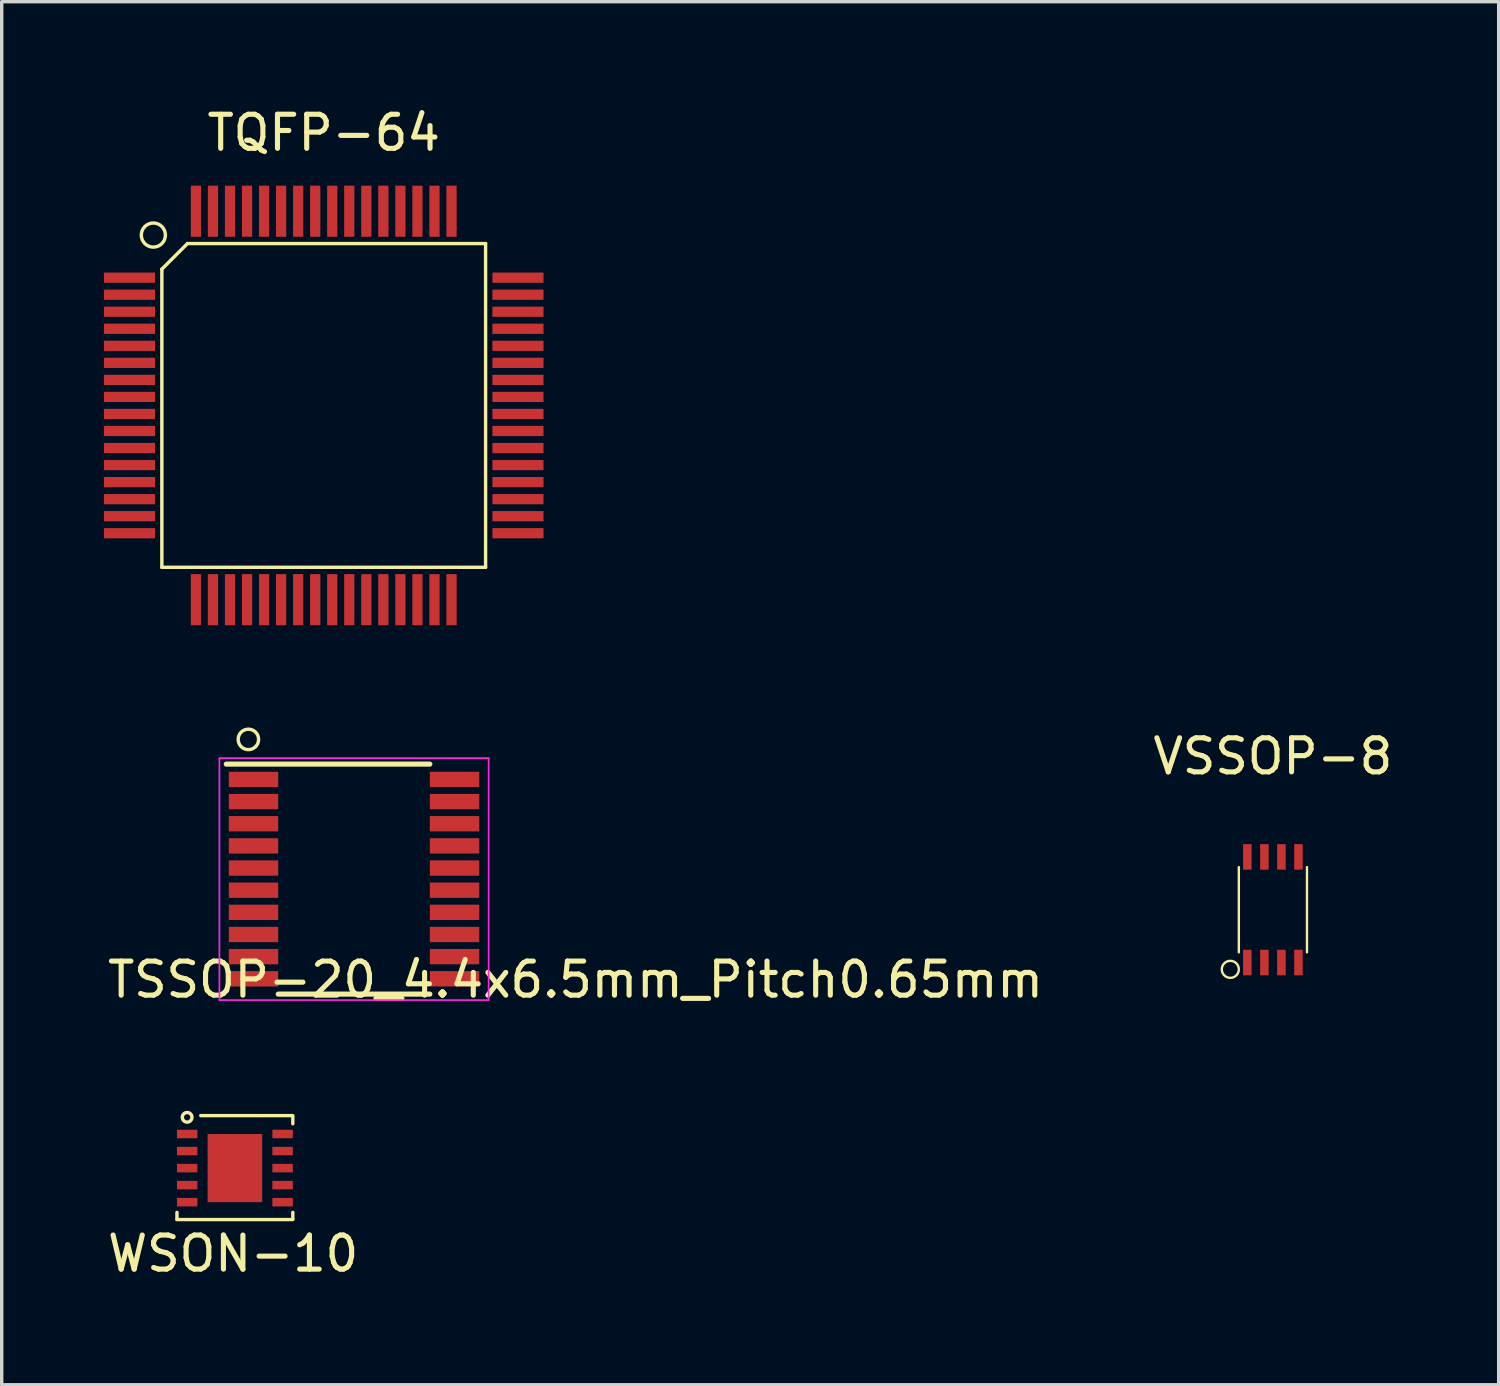
<source format=kicad_pcb>
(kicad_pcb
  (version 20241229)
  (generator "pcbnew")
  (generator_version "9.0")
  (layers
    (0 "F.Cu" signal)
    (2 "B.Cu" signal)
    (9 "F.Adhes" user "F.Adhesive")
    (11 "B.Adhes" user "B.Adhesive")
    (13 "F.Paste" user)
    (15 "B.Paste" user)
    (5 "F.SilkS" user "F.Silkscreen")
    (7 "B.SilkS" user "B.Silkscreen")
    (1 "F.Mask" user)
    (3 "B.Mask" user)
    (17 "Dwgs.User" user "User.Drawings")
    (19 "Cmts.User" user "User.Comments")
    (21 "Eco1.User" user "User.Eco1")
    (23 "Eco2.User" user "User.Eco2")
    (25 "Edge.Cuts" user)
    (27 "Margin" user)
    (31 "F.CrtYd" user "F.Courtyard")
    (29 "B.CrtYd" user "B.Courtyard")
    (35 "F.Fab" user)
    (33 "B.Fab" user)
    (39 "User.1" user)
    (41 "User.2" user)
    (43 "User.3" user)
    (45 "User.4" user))
  (footprint "TQFP-64"
    (layer "F.Cu")
    (at 6.45 8.848)
    (property "Reference" "TQFP-64" (at 0 -8 0) (layer "F.SilkS") (effects (font (size 1 1) (thickness 0.15))))
    (attr through_hole)
    (fp_line (start -4.75 -4) (end -4.75 4.75) (stroke (width 0.1) (type solid)) (layer "F.SilkS"))
    (fp_line (start -4.75 4.75) (end 4.75 4.75) (stroke (width 0.1) (type solid)) (layer "F.SilkS"))
    (fp_line (start -4 -4.75) (end -4.75 -4) (stroke (width 0.1) (type solid)) (layer "F.SilkS"))
    (fp_line (start 4.75 -4.75) (end -4 -4.75) (stroke (width 0.1) (type solid)) (layer "F.SilkS"))
    (fp_line (start 4.75 4.75) (end 4.75 -4.75) (stroke (width 0.1) (type solid)) (layer "F.SilkS"))
    (fp_circle (center -5 -5) (end -4.75 -4.75) (stroke (width 0.1) (type solid)) (fill no) (layer "F.SilkS"))
    (pad "1" smd rect (at -5.7 -3.75) (size 1.5 0.3) (layers "F.Cu" "F.Mask" "F.Paste"))
    (pad "2" smd rect (at -5.7 -3.25) (size 1.5 0.3) (layers "F.Cu" "F.Mask" "F.Paste"))
    (pad "3" smd rect (at -5.7 -2.75) (size 1.5 0.3) (layers "F.Cu" "F.Mask" "F.Paste"))
    (pad "4" smd rect (at -5.7 -2.25) (size 1.5 0.3) (layers "F.Cu" "F.Mask" "F.Paste"))
    (pad "5" smd rect (at -5.7 -1.75) (size 1.5 0.3) (layers "F.Cu" "F.Mask" "F.Paste"))
    (pad "6" smd rect (at -5.7 -1.25) (size 1.5 0.3) (layers "F.Cu" "F.Mask" "F.Paste"))
    (pad "7" smd rect (at -5.7 -0.75) (size 1.5 0.3) (layers "F.Cu" "F.Mask" "F.Paste"))
    (pad "8" smd rect (at -5.7 -0.25) (size 1.5 0.3) (layers "F.Cu" "F.Mask" "F.Paste"))
    (pad "9" smd rect (at -5.7 0.25) (size 1.5 0.3) (layers "F.Cu" "F.Mask" "F.Paste"))
    (pad "10" smd rect (at -5.7 0.75) (size 1.5 0.3) (layers "F.Cu" "F.Mask" "F.Paste"))
    (pad "11" smd rect (at -5.7 1.25) (size 1.5 0.3) (layers "F.Cu" "F.Mask" "F.Paste"))
    (pad "12" smd rect (at -5.7 1.75) (size 1.5 0.3) (layers "F.Cu" "F.Mask" "F.Paste"))
    (pad "13" smd rect (at -5.7 2.25) (size 1.5 0.3) (layers "F.Cu" "F.Mask" "F.Paste"))
    (pad "14" smd rect (at -5.7 2.75) (size 1.5 0.3) (layers "F.Cu" "F.Mask" "F.Paste"))
    (pad "15" smd rect (at -5.7 3.25) (size 1.5 0.3) (layers "F.Cu" "F.Mask" "F.Paste"))
    (pad "16" smd rect (at -5.7 3.75) (size 1.5 0.3) (layers "F.Cu" "F.Mask" "F.Paste"))
    (pad "17" smd rect (at -3.75 5.7) (size 0.3 1.5) (layers "F.Cu" "F.Mask" "F.Paste"))
    (pad "18" smd rect (at -3.25 5.7) (size 0.3 1.5) (layers "F.Cu" "F.Mask" "F.Paste"))
    (pad "19" smd rect (at -2.75 5.7) (size 0.3 1.5) (layers "F.Cu" "F.Mask" "F.Paste"))
    (pad "20" smd rect (at -2.25 5.7) (size 0.3 1.5) (layers "F.Cu" "F.Mask" "F.Paste"))
    (pad "21" smd rect (at -1.75 5.7) (size 0.3 1.5) (layers "F.Cu" "F.Mask" "F.Paste"))
    (pad "22" smd rect (at -1.25 5.7) (size 0.3 1.5) (layers "F.Cu" "F.Mask" "F.Paste"))
    (pad "23" smd rect (at -0.75 5.7) (size 0.3 1.5) (layers "F.Cu" "F.Mask" "F.Paste"))
    (pad "24" smd rect (at -0.25 5.7) (size 0.3 1.5) (layers "F.Cu" "F.Mask" "F.Paste"))
    (pad "25" smd rect (at 0.25 5.7) (size 0.3 1.5) (layers "F.Cu" "F.Mask" "F.Paste"))
    (pad "26" smd rect (at 0.75 5.7) (size 0.3 1.5) (layers "F.Cu" "F.Mask" "F.Paste"))
    (pad "27" smd rect (at 1.25 5.7) (size 0.3 1.5) (layers "F.Cu" "F.Mask" "F.Paste"))
    (pad "28" smd rect (at 1.75 5.7) (size 0.3 1.5) (layers "F.Cu" "F.Mask" "F.Paste"))
    (pad "29" smd rect (at 2.25 5.7) (size 0.3 1.5) (layers "F.Cu" "F.Mask" "F.Paste"))
    (pad "30" smd rect (at 2.75 5.7) (size 0.3 1.5) (layers "F.Cu" "F.Mask" "F.Paste"))
    (pad "31" smd rect (at 3.25 5.7) (size 0.3 1.5) (layers "F.Cu" "F.Mask" "F.Paste"))
    (pad "32" smd rect (at 3.75 5.7) (size 0.3 1.5) (layers "F.Cu" "F.Mask" "F.Paste"))
    (pad "33" smd rect (at 5.7 3.75) (size 1.5 0.3) (layers "F.Cu" "F.Mask" "F.Paste"))
    (pad "34" smd rect (at 5.7 3.25) (size 1.5 0.3) (layers "F.Cu" "F.Mask" "F.Paste"))
    (pad "35" smd rect (at 5.7 2.75) (size 1.5 0.3) (layers "F.Cu" "F.Mask" "F.Paste"))
    (pad "36" smd rect (at 5.7 2.25) (size 1.5 0.3) (layers "F.Cu" "F.Mask" "F.Paste"))
    (pad "37" smd rect (at 5.7 1.75) (size 1.5 0.3) (layers "F.Cu" "F.Mask" "F.Paste"))
    (pad "38" smd rect (at 5.7 1.25) (size 1.5 0.3) (layers "F.Cu" "F.Mask" "F.Paste"))
    (pad "39" smd rect (at 5.7 0.75) (size 1.5 0.3) (layers "F.Cu" "F.Mask" "F.Paste"))
    (pad "40" smd rect (at 5.7 0.25) (size 1.5 0.3) (layers "F.Cu" "F.Mask" "F.Paste"))
    (pad "41" smd rect (at 5.7 -0.25) (size 1.5 0.3) (layers "F.Cu" "F.Mask" "F.Paste"))
    (pad "42" smd rect (at 5.7 -0.75) (size 1.5 0.3) (layers "F.Cu" "F.Mask" "F.Paste"))
    (pad "43" smd rect (at 5.7 -1.25) (size 1.5 0.3) (layers "F.Cu" "F.Mask" "F.Paste"))
    (pad "44" smd rect (at 5.7 -1.75) (size 1.5 0.3) (layers "F.Cu" "F.Mask" "F.Paste"))
    (pad "45" smd rect (at 5.7 -2.25) (size 1.5 0.3) (layers "F.Cu" "F.Mask" "F.Paste"))
    (pad "46" smd rect (at 5.7 -2.75) (size 1.5 0.3) (layers "F.Cu" "F.Mask" "F.Paste"))
    (pad "47" smd rect (at 5.7 -3.25) (size 1.5 0.3) (layers "F.Cu" "F.Mask" "F.Paste"))
    (pad "48" smd rect (at 5.7 -3.75) (size 1.5 0.3) (layers "F.Cu" "F.Mask" "F.Paste"))
    (pad "49" smd rect (at 3.75 -5.7) (size 0.3 1.5) (layers "F.Cu" "F.Mask" "F.Paste"))
    (pad "50" smd rect (at 3.25 -5.7) (size 0.3 1.5) (layers "F.Cu" "F.Mask" "F.Paste"))
    (pad "51" smd rect (at 2.75 -5.7) (size 0.3 1.5) (layers "F.Cu" "F.Mask" "F.Paste"))
    (pad "52" smd rect (at 2.25 -5.7) (size 0.3 1.5) (layers "F.Cu" "F.Mask" "F.Paste"))
    (pad "53" smd rect (at 1.75 -5.7) (size 0.3 1.5) (layers "F.Cu" "F.Mask" "F.Paste"))
    (pad "54" smd rect (at 1.25 -5.7) (size 0.3 1.5) (layers "F.Cu" "F.Mask" "F.Paste"))
    (pad "55" smd rect (at 0.75 -5.7) (size 0.3 1.5) (layers "F.Cu" "F.Mask" "F.Paste"))
    (pad "56" smd rect (at 0.25 -5.7) (size 0.3 1.5) (layers "F.Cu" "F.Mask" "F.Paste"))
    (pad "57" smd rect (at -0.25 -5.7) (size 0.3 1.5) (layers "F.Cu" "F.Mask" "F.Paste"))
    (pad "58" smd rect (at -0.75 -5.7) (size 0.3 1.5) (layers "F.Cu" "F.Mask" "F.Paste"))
    (pad "59" smd rect (at -1.25 -5.7) (size 0.3 1.5) (layers "F.Cu" "F.Mask" "F.Paste"))
    (pad "60" smd rect (at -1.75 -5.7) (size 0.3 1.5) (layers "F.Cu" "F.Mask" "F.Paste"))
    (pad "61" smd rect (at -2.25 -5.7) (size 0.3 1.5) (layers "F.Cu" "F.Mask" "F.Paste"))
    (pad "62" smd rect (at -2.75 -5.7) (size 0.3 1.5) (layers "F.Cu" "F.Mask" "F.Paste"))
    (pad "63" smd rect (at -3.25 -5.7) (size 0.3 1.5) (layers "F.Cu" "F.Mask" "F.Paste"))
    (pad "64" smd rect (at -3.75 -5.7) (size 0.3 1.5) (layers "F.Cu" "F.Mask" "F.Paste")))
  (footprint "TSSOP-20_4.4x6.5mm_Pitch0.65mm"
    (layer "F.Cu")
    (at 7.339 22.748)
    (property "Reference" "TSSOP-20_4.4x6.5mm_Pitch0.65mm" (at 6.5 2.95 0) (layer "F.SilkS") (effects (font (size 1 1) (thickness 0.15))))
    (attr smd)
    (fp_line (start -3.75 -3.375) (end 2.225 -3.375) (stroke (width 0.15) (type solid)) (layer "F.SilkS"))
    (fp_line (start -2.225 3.375) (end 2.225 3.375) (stroke (width 0.15) (type solid)) (layer "F.SilkS"))
    (fp_circle (center -3.1 -4.1) (end -3.1 -3.8) (stroke (width 0.1) (type solid)) (fill no) (layer "F.SilkS"))
    (fp_line (start -3.95 -3.55) (end -3.95 3.55) (stroke (width 0.05) (type solid)) (layer "F.CrtYd"))
    (fp_line (start -3.95 -3.55) (end 3.95 -3.55) (stroke (width 0.05) (type solid)) (layer "F.CrtYd"))
    (fp_line (start -3.95 3.55) (end 3.95 3.55) (stroke (width 0.05) (type solid)) (layer "F.CrtYd"))
    (fp_line (start 3.95 -3.55) (end 3.95 3.55) (stroke (width 0.05) (type solid)) (layer "F.CrtYd"))
    (pad "1" smd rect (at -2.95 -2.925) (size 1.45 0.45) (layers "F.Cu" "F.Mask" "F.Paste"))
    (pad "2" smd rect (at -2.95 -2.275) (size 1.45 0.45) (layers "F.Cu" "F.Mask" "F.Paste"))
    (pad "3" smd rect (at -2.95 -1.625) (size 1.45 0.45) (layers "F.Cu" "F.Mask" "F.Paste"))
    (pad "4" smd rect (at -2.95 -0.975) (size 1.45 0.45) (layers "F.Cu" "F.Mask" "F.Paste"))
    (pad "5" smd rect (at -2.95 -0.325) (size 1.45 0.45) (layers "F.Cu" "F.Mask" "F.Paste"))
    (pad "6" smd rect (at -2.95 0.325) (size 1.45 0.45) (layers "F.Cu" "F.Mask" "F.Paste"))
    (pad "7" smd rect (at -2.95 0.975) (size 1.45 0.45) (layers "F.Cu" "F.Mask" "F.Paste"))
    (pad "8" smd rect (at -2.95 1.625) (size 1.45 0.45) (layers "F.Cu" "F.Mask" "F.Paste"))
    (pad "9" smd rect (at -2.95 2.275) (size 1.45 0.45) (layers "F.Cu" "F.Mask" "F.Paste"))
    (pad "10" smd rect (at -2.95 2.925) (size 1.45 0.45) (layers "F.Cu" "F.Mask" "F.Paste"))
    (pad "11" smd rect (at 2.95 2.925) (size 1.45 0.45) (layers "F.Cu" "F.Mask" "F.Paste"))
    (pad "12" smd rect (at 2.95 2.275) (size 1.45 0.45) (layers "F.Cu" "F.Mask" "F.Paste"))
    (pad "13" smd rect (at 2.95 1.625) (size 1.45 0.45) (layers "F.Cu" "F.Mask" "F.Paste"))
    (pad "14" smd rect (at 2.95 0.975) (size 1.45 0.45) (layers "F.Cu" "F.Mask" "F.Paste"))
    (pad "15" smd rect (at 2.95 0.325) (size 1.45 0.45) (layers "F.Cu" "F.Mask" "F.Paste"))
    (pad "16" smd rect (at 2.95 -0.325) (size 1.45 0.45) (layers "F.Cu" "F.Mask" "F.Paste"))
    (pad "17" smd rect (at 2.95 -0.975) (size 1.45 0.45) (layers "F.Cu" "F.Mask" "F.Paste"))
    (pad "18" smd rect (at 2.95 -1.625) (size 1.45 0.45) (layers "F.Cu" "F.Mask" "F.Paste"))
    (pad "19" smd rect (at 2.95 -2.275) (size 1.45 0.45) (layers "F.Cu" "F.Mask" "F.Paste"))
    (pad "20" smd rect (at 2.95 -2.925) (size 1.45 0.45) (layers "F.Cu" "F.Mask" "F.Paste")))
  (footprint "VSSOP-8"
    (layer "F.Cu")
    (at 34.304 23.646)
    (property "Reference" "VSSOP-8" (at 0 -4.5 0) (layer "F.SilkS") (effects (font (size 1 1) (thickness 0.15))))
    (attr through_hole)
    (fp_line (start -1 -1.25) (end -1 1.25) (stroke (width 0.07) (type solid)) (layer "F.SilkS"))
    (fp_line (start 1 1.25) (end 1 -1.25) (stroke (width 0.07) (type solid)) (layer "F.SilkS"))
    (fp_circle (center -1.25 1.75) (end -1.25 2) (stroke (width 0.07) (type solid)) (fill no) (layer "F.SilkS"))
    (pad "1" smd rect (at -0.75 1.55) (size 0.25 0.75) (layers "F.Cu" "F.Mask" "F.Paste"))
    (pad "2" smd rect (at -0.25 1.55) (size 0.25 0.75) (layers "F.Cu" "F.Mask" "F.Paste"))
    (pad "3" smd rect (at 0.25 1.55) (size 0.25 0.75) (layers "F.Cu" "F.Mask" "F.Paste"))
    (pad "4" smd rect (at 0.75 1.55) (size 0.25 0.75) (layers "F.Cu" "F.Mask" "F.Paste"))
    (pad "5" smd rect (at 0.75 -1.55) (size 0.25 0.75) (layers "F.Cu" "F.Mask" "F.Paste"))
    (pad "6" smd rect (at 0.25 -1.55) (size 0.25 0.75) (layers "F.Cu" "F.Mask" "F.Paste"))
    (pad "7" smd rect (at -0.25 -1.55) (size 0.25 0.75) (layers "F.Cu" "F.Mask" "F.Paste"))
    (pad "8" smd rect (at -0.75 -1.55) (size 0.25 0.75) (layers "F.Cu" "F.Mask" "F.Paste")))
  (footprint "WSON-10"
    (layer "F.Cu")
    (at 3.792 31.088)
    (property "Reference" "WSON-10" (at 0 2.65 0) (layer "F.SilkS") (effects (font (size 1 1) (thickness 0.15))))
    (attr through_hole)
    (fp_line (start -1.649 1.64) (end -1.649 1.44) (stroke (width 0.1) (type solid)) (layer "F.SilkS"))
    (fp_line (start 1.75 -1.4) (end -0.95 -1.4) (stroke (width 0.1) (type solid)) (layer "F.SilkS"))
    (fp_line (start 1.75 1.65) (end -1.65 1.65) (stroke (width 0.1) (type solid)) (layer "F.SilkS"))
    (fp_line (start 1.751 -1.36) (end 1.751 -1.16) (stroke (width 0.1) (type solid)) (layer "F.SilkS"))
    (fp_line (start 1.751 1.64) (end 1.751 1.44) (stroke (width 0.1) (type solid)) (layer "F.SilkS"))
    (fp_circle (center -1.35 -1.35) (end -1.25 -1.25) (stroke (width 0.1) (type solid)) (fill no) (layer "F.SilkS"))
    (pad "1" smd rect (at -1.349 -0.86 90) (size 0.25 0.6) (layers "F.Cu" "F.Mask" "F.Paste"))
    (pad "2" smd rect (at -1.349 -0.36 90) (size 0.25 0.6) (layers "F.Cu" "F.Mask" "F.Paste"))
    (pad "3" smd rect (at -1.349 0.14 90) (size 0.25 0.6) (layers "F.Cu" "F.Mask" "F.Paste"))
    (pad "4" smd rect (at -1.349 0.64 90) (size 0.25 0.6) (layers "F.Cu" "F.Mask" "F.Paste"))
    (pad "5" smd rect (at -1.349 1.14 90) (size 0.25 0.6) (layers "F.Cu" "F.Mask" "F.Paste"))
    (pad "6" smd rect (at 1.451 1.14 90) (size 0.25 0.6) (layers "F.Cu" "F.Mask" "F.Paste"))
    (pad "7" smd rect (at 1.451 0.64 90) (size 0.25 0.6) (layers "F.Cu" "F.Mask" "F.Paste"))
    (pad "8" smd rect (at 1.451 0.14 90) (size 0.25 0.6) (layers "F.Cu" "F.Mask" "F.Paste"))
    (pad "9" smd rect (at 1.451 -0.36 90) (size 0.25 0.6) (layers "F.Cu" "F.Mask" "F.Paste"))
    (pad "10" smd rect (at 1.451 -0.86 90) (size 0.25 0.6) (layers "F.Cu" "F.Mask" "F.Paste"))
    (pad "11" smd rect (at 0.051 0.14 90) (size 2 1.6) (layers "F.Cu" "F.Mask" "F.Paste")))
  (gr_rect
    (start -3 -3)
    (end 40.929 37.586)
    (stroke (width 0.1) (type default))
    (fill no)
    (layer "Edge.Cuts")))
</source>
